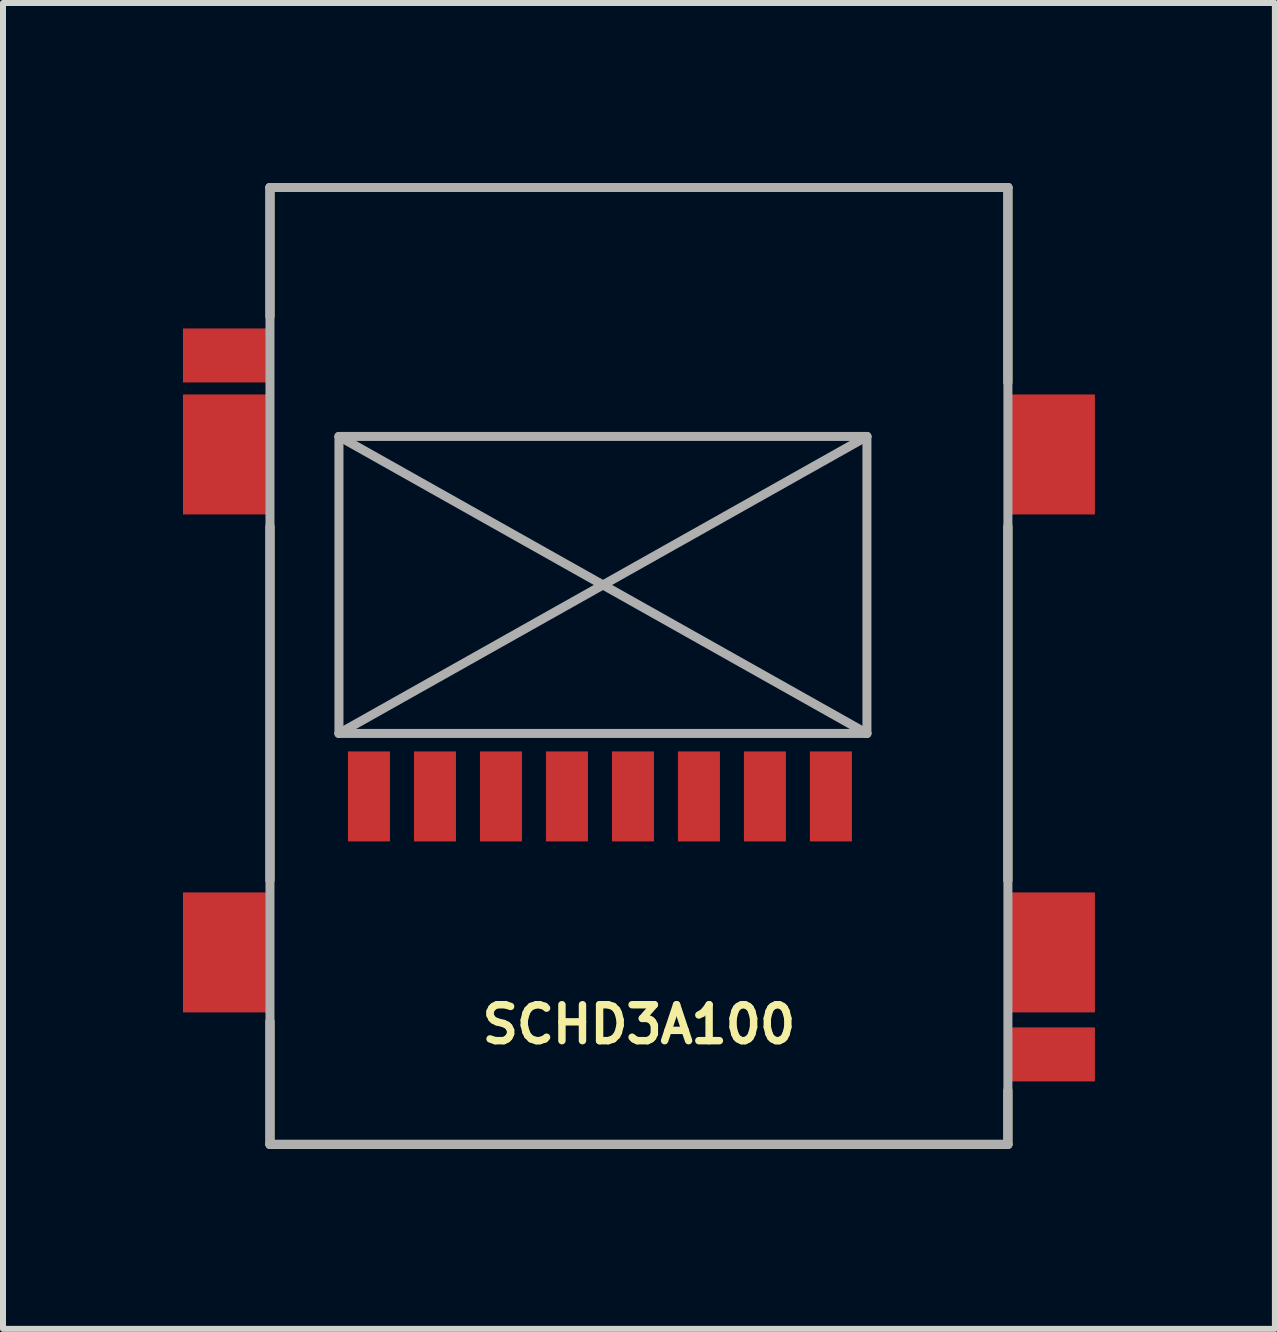
<source format=kicad_pcb>
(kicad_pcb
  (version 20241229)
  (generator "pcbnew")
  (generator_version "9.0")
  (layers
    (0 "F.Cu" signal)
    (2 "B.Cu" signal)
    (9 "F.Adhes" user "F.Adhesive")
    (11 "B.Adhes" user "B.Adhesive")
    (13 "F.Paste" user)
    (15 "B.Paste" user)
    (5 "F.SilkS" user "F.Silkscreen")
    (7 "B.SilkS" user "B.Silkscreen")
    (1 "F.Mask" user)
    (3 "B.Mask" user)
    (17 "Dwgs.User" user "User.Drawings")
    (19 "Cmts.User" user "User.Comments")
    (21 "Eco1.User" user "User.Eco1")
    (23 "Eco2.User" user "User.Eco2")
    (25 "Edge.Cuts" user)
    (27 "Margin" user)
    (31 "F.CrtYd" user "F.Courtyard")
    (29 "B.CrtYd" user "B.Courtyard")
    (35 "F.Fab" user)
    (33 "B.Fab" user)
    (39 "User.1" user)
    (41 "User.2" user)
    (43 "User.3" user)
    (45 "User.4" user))
  (footprint "SCHD3A100"
    (layer "F.Cu")
    (at 7.6 8.025)
    (property "Reference" "SCHD3A100" (at 0 6 0) (layer "F.SilkS") (effects (font (size 0.599 0.599) (thickness 0.124))))
    (attr through_hole)
    (fp_line (start -6.15 -7.95) (end -6.15 -5.8) (stroke (width 0.15) (type solid)) (layer "F.SilkS"))
    (fp_line (start -6.15 -2.3) (end -6.15 3.6) (stroke (width 0.15) (type solid)) (layer "F.SilkS"))
    (fp_line (start -6.15 5.95) (end -6.15 8) (stroke (width 0.15) (type solid)) (layer "F.SilkS"))
    (fp_line (start -6.15 8) (end 6.15 8) (stroke (width 0.15) (type solid)) (layer "F.SilkS"))
    (fp_line (start 6.15 -7.95) (end -6.15 -7.95) (stroke (width 0.15) (type solid)) (layer "F.SilkS"))
    (fp_line (start 6.15 -4.7) (end 6.15 -7.95) (stroke (width 0.15) (type solid)) (layer "F.SilkS"))
    (fp_line (start 6.15 3.6) (end 6.15 -2.3) (stroke (width 0.15) (type solid)) (layer "F.SilkS"))
    (fp_line (start 6.15 8) (end 6.15 7.1) (stroke (width 0.15) (type solid)) (layer "F.SilkS"))
    (fp_line (start -6.15 -7.95) (end -6.15 8) (stroke (width 0.15) (type solid)) (layer "F.Fab"))
    (fp_line (start -6.15 8) (end 6.15 8) (stroke (width 0.15) (type solid)) (layer "F.Fab"))
    (fp_line (start -5 -3.8) (end 3.8 1.15) (stroke (width 0.15) (type solid)) (layer "F.Fab"))
    (fp_line (start -5 1.15) (end -5 -3.8) (stroke (width 0.15) (type solid)) (layer "F.Fab"))
    (fp_line (start -5 1.15) (end 3.8 -3.8) (stroke (width 0.15) (type solid)) (layer "F.Fab"))
    (fp_line (start -5 1.15) (end 3.8 1.15) (stroke (width 0.15) (type solid)) (layer "F.Fab"))
    (fp_line (start 3.8 -3.8) (end -5 -3.8) (stroke (width 0.15) (type solid)) (layer "F.Fab"))
    (fp_line (start 3.8 1.15) (end 3.8 -3.8) (stroke (width 0.15) (type solid)) (layer "F.Fab"))
    (fp_line (start 6.15 -7.95) (end -6.15 -7.95) (stroke (width 0.15) (type solid)) (layer "F.Fab"))
    (fp_line (start 6.15 8) (end 6.15 -7.95) (stroke (width 0.15) (type solid)) (layer "F.Fab"))
    (pad "1" smd rect (at 3.2 2.2) (size 0.7 1.5) (layers "F.Cu" "F.Mask" "F.Paste"))
    (pad "2" smd rect (at 2.1 2.2) (size 0.7 1.5) (layers "F.Cu" "F.Mask" "F.Paste"))
    (pad "3" smd rect (at 1 2.2) (size 0.7 1.5) (layers "F.Cu" "F.Mask" "F.Paste"))
    (pad "4" smd rect (at -0.1 2.2) (size 0.7 1.5) (layers "F.Cu" "F.Mask" "F.Paste"))
    (pad "5" smd rect (at -1.2 2.2) (size 0.7 1.5) (layers "F.Cu" "F.Mask" "F.Paste"))
    (pad "6" smd rect (at -2.3 2.2) (size 0.7 1.5) (layers "F.Cu" "F.Mask" "F.Paste"))
    (pad "7" smd rect (at -3.4 2.2) (size 0.7 1.5) (layers "F.Cu" "F.Mask" "F.Paste"))
    (pad "8" smd rect (at -4.5 2.2) (size 0.7 1.5) (layers "F.Cu" "F.Mask" "F.Paste"))
    (pad "9" smd rect (at -6.875 -3.5) (size 1.45 2) (layers "F.Cu" "F.Mask" "F.Paste"))
    (pad "9" smd rect (at -6.875 4.8) (size 1.45 2) (layers "F.Cu" "F.Mask" "F.Paste"))
    (pad "9" smd rect (at 6.875 -3.5) (size 1.45 2) (layers "F.Cu" "F.Mask" "F.Paste"))
    (pad "9" smd rect (at 6.875 4.8) (size 1.45 2) (layers "F.Cu" "F.Mask" "F.Paste"))
    (pad "10" smd rect (at 6.875 6.5) (size 1.45 0.9) (layers "F.Cu" "F.Mask" "F.Paste"))
    (pad "11" smd rect (at -6.875 -5.15 90) (size 0.9 1.45) (layers "F.Cu" "F.Mask" "F.Paste")))
  (gr_rect
    (start -3 -3)
    (end 18.2 19.1)
    (stroke (width 0.1) (type default))
    (fill no)
    (layer "Edge.Cuts")))
</source>
